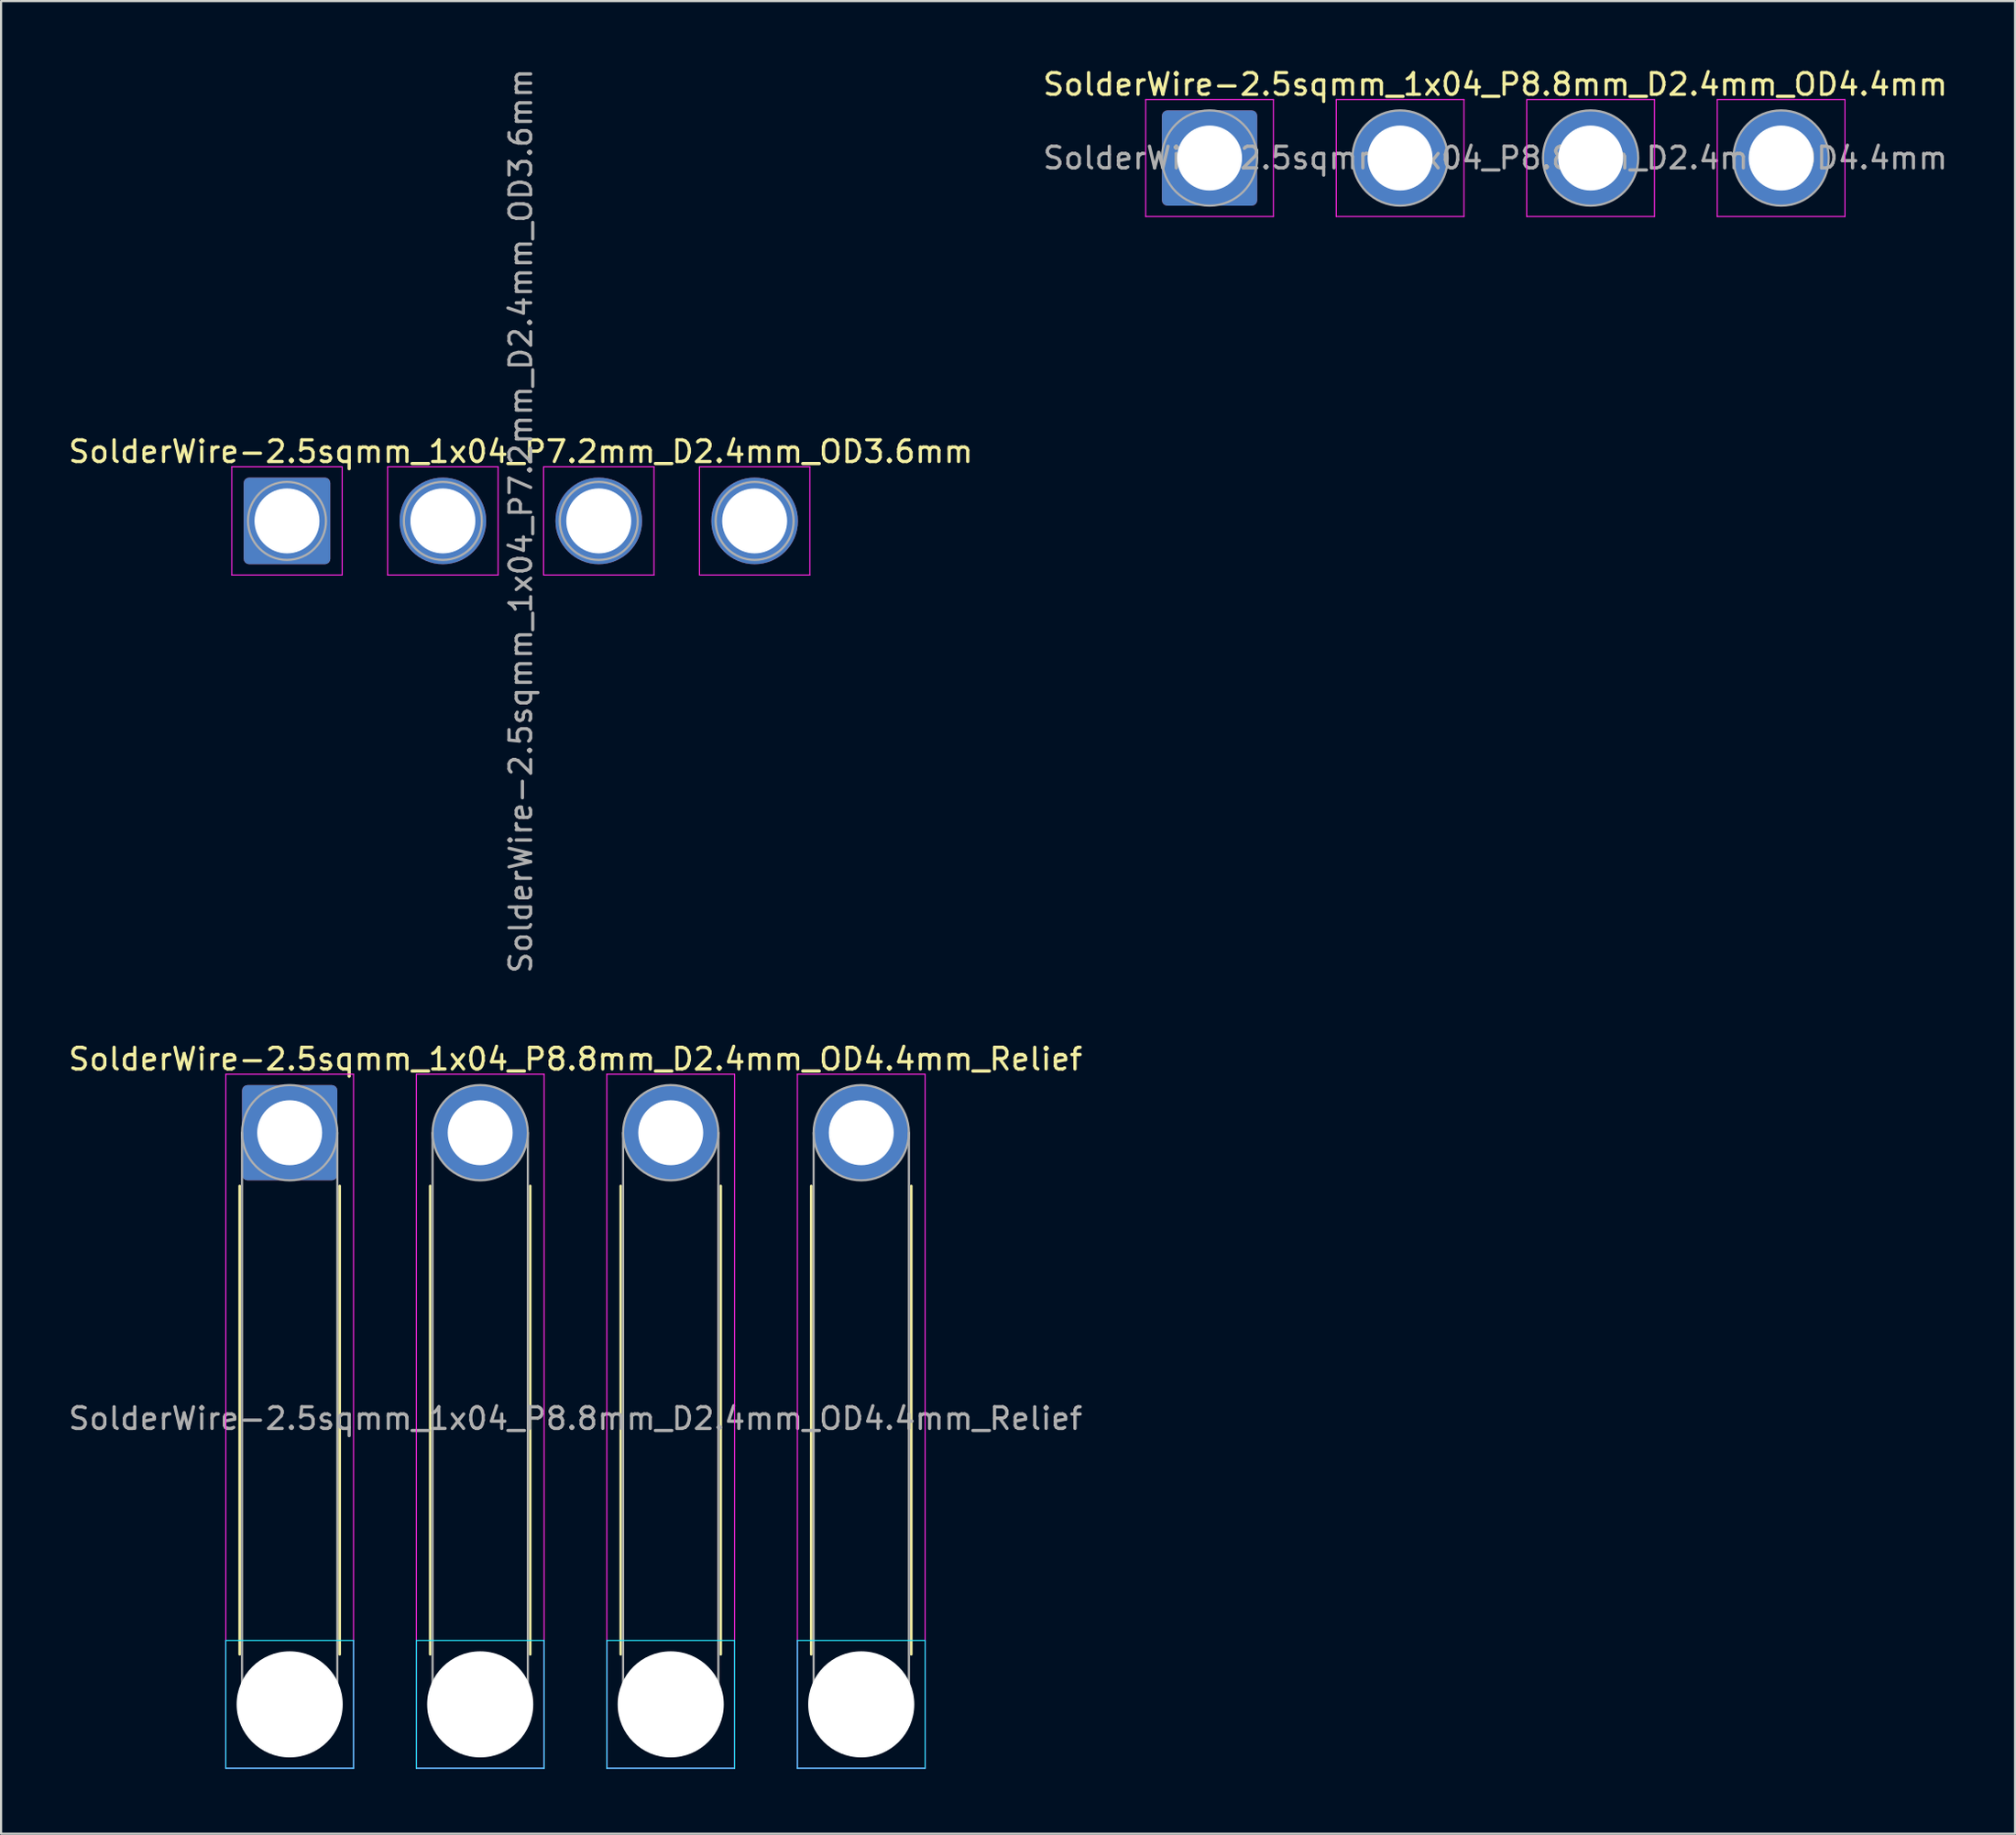
<source format=kicad_pcb>
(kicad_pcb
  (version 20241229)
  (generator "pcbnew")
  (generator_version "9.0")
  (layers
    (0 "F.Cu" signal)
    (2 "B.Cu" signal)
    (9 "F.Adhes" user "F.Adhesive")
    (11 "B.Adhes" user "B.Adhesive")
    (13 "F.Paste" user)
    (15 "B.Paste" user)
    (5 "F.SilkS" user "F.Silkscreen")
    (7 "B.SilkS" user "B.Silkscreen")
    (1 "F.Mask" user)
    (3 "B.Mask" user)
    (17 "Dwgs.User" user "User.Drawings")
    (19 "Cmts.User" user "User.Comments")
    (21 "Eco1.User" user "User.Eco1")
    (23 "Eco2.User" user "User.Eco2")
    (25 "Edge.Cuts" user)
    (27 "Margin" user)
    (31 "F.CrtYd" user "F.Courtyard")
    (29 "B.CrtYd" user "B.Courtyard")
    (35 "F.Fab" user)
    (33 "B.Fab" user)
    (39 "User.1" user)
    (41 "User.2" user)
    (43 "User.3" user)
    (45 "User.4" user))
  (footprint "SolderWire-2.5sqmm_1x04_P7.2mm_D2.4mm_OD3.6mm"
    (layer "F.Cu")
    (at 10.206 21.006)
    (property "Reference" "SolderWire-2.5sqmm_1x04_P7.2mm_D2.4mm_OD3.6mm" (at 10.8 -3.2 0) (layer "F.SilkS") (effects (font (size 1 1) (thickness 0.15))))
    (attr exclude_from_pos_files exclude_from_bom)
    (fp_line (start -2.55 -2.5) (end -2.55 2.5) (stroke (width 0.05) (type solid)) (layer "F.CrtYd"))
    (fp_line (start -2.55 2.5) (end 2.55 2.5) (stroke (width 0.05) (type solid)) (layer "F.CrtYd"))
    (fp_line (start 2.55 -2.5) (end -2.55 -2.5) (stroke (width 0.05) (type solid)) (layer "F.CrtYd"))
    (fp_line (start 2.55 2.5) (end 2.55 -2.5) (stroke (width 0.05) (type solid)) (layer "F.CrtYd"))
    (fp_line (start 4.65 -2.5) (end 4.65 2.5) (stroke (width 0.05) (type solid)) (layer "F.CrtYd"))
    (fp_line (start 4.65 2.5) (end 9.75 2.5) (stroke (width 0.05) (type solid)) (layer "F.CrtYd"))
    (fp_line (start 9.75 -2.5) (end 4.65 -2.5) (stroke (width 0.05) (type solid)) (layer "F.CrtYd"))
    (fp_line (start 9.75 2.5) (end 9.75 -2.5) (stroke (width 0.05) (type solid)) (layer "F.CrtYd"))
    (fp_line (start 11.85 -2.5) (end 11.85 2.5) (stroke (width 0.05) (type solid)) (layer "F.CrtYd"))
    (fp_line (start 11.85 2.5) (end 16.95 2.5) (stroke (width 0.05) (type solid)) (layer "F.CrtYd"))
    (fp_line (start 16.95 -2.5) (end 11.85 -2.5) (stroke (width 0.05) (type solid)) (layer "F.CrtYd"))
    (fp_line (start 16.95 2.5) (end 16.95 -2.5) (stroke (width 0.05) (type solid)) (layer "F.CrtYd"))
    (fp_line (start 19.05 -2.5) (end 19.05 2.5) (stroke (width 0.05) (type solid)) (layer "F.CrtYd"))
    (fp_line (start 19.05 2.5) (end 24.15 2.5) (stroke (width 0.05) (type solid)) (layer "F.CrtYd"))
    (fp_line (start 24.15 -2.5) (end 19.05 -2.5) (stroke (width 0.05) (type solid)) (layer "F.CrtYd"))
    (fp_line (start 24.15 2.5) (end 24.15 -2.5) (stroke (width 0.05) (type solid)) (layer "F.CrtYd"))
    (fp_circle (center 0 0) (end 1.8 0) (stroke (width 0.1) (type solid)) (fill no) (layer "F.Fab"))
    (fp_circle (center 7.2 0) (end 9 0) (stroke (width 0.1) (type solid)) (fill no) (layer "F.Fab"))
    (fp_circle (center 14.4 0) (end 16.2 0) (stroke (width 0.1) (type solid)) (fill no) (layer "F.Fab"))
    (fp_circle (center 21.6 0) (end 23.4 0) (stroke (width 0.1) (type solid)) (fill no) (layer "F.Fab"))
    (fp_text user "${REFERENCE}" (at 10.8 0 90) (layer "F.Fab") (effects (font (size 1 1) (thickness 0.15))))
    (pad "1" thru_hole roundrect (at 0 0) (size 4 4) (drill 3) (layers "*.Cu" "*.Mask") (roundrect_rratio 0.062))
    (pad "2" thru_hole circle (at 7.2 0) (size 4 4) (drill 3) (layers "*.Cu" "*.Mask"))
    (pad "3" thru_hole circle (at 14.4 0) (size 4 4) (drill 3) (layers "*.Cu" "*.Mask"))
    (pad "4" thru_hole circle (at 21.6 0) (size 4 4) (drill 3) (layers "*.Cu" "*.Mask")))
  (footprint "SolderWire-2.5sqmm_1x04_P8.8mm_D2.4mm_OD4.4mm"
    (layer "F.Cu")
    (at 52.818 4.248)
    (property "Reference" "SolderWire-2.5sqmm_1x04_P8.8mm_D2.4mm_OD4.4mm" (at 13.2 -3.4 0) (layer "F.SilkS") (effects (font (size 1 1) (thickness 0.15))))
    (attr exclude_from_pos_files exclude_from_bom)
    (fp_line (start -2.95 -2.7) (end -2.95 2.7) (stroke (width 0.05) (type solid)) (layer "F.CrtYd"))
    (fp_line (start -2.95 2.7) (end 2.95 2.7) (stroke (width 0.05) (type solid)) (layer "F.CrtYd"))
    (fp_line (start 2.95 -2.7) (end -2.95 -2.7) (stroke (width 0.05) (type solid)) (layer "F.CrtYd"))
    (fp_line (start 2.95 2.7) (end 2.95 -2.7) (stroke (width 0.05) (type solid)) (layer "F.CrtYd"))
    (fp_line (start 5.85 -2.7) (end 5.85 2.7) (stroke (width 0.05) (type solid)) (layer "F.CrtYd"))
    (fp_line (start 5.85 2.7) (end 11.75 2.7) (stroke (width 0.05) (type solid)) (layer "F.CrtYd"))
    (fp_line (start 11.75 -2.7) (end 5.85 -2.7) (stroke (width 0.05) (type solid)) (layer "F.CrtYd"))
    (fp_line (start 11.75 2.7) (end 11.75 -2.7) (stroke (width 0.05) (type solid)) (layer "F.CrtYd"))
    (fp_line (start 14.65 -2.7) (end 14.65 2.7) (stroke (width 0.05) (type solid)) (layer "F.CrtYd"))
    (fp_line (start 14.65 2.7) (end 20.55 2.7) (stroke (width 0.05) (type solid)) (layer "F.CrtYd"))
    (fp_line (start 20.55 -2.7) (end 14.65 -2.7) (stroke (width 0.05) (type solid)) (layer "F.CrtYd"))
    (fp_line (start 20.55 2.7) (end 20.55 -2.7) (stroke (width 0.05) (type solid)) (layer "F.CrtYd"))
    (fp_line (start 23.45 -2.7) (end 23.45 2.7) (stroke (width 0.05) (type solid)) (layer "F.CrtYd"))
    (fp_line (start 23.45 2.7) (end 29.35 2.7) (stroke (width 0.05) (type solid)) (layer "F.CrtYd"))
    (fp_line (start 29.35 -2.7) (end 23.45 -2.7) (stroke (width 0.05) (type solid)) (layer "F.CrtYd"))
    (fp_line (start 29.35 2.7) (end 29.35 -2.7) (stroke (width 0.05) (type solid)) (layer "F.CrtYd"))
    (fp_circle (center 0 0) (end 2.2 0) (stroke (width 0.1) (type solid)) (fill no) (layer "F.Fab"))
    (fp_circle (center 8.8 0) (end 11 0) (stroke (width 0.1) (type solid)) (fill no) (layer "F.Fab"))
    (fp_circle (center 17.6 0) (end 19.8 0) (stroke (width 0.1) (type solid)) (fill no) (layer "F.Fab"))
    (fp_circle (center 26.4 0) (end 28.6 0) (stroke (width 0.1) (type solid)) (fill no) (layer "F.Fab"))
    (fp_text user "${REFERENCE}" (at 13.2 0 0) (layer "F.Fab") (effects (font (size 1 1) (thickness 0.15))))
    (pad "1" thru_hole roundrect (at 0 0) (size 4.4 4.4) (drill 3) (layers "*.Cu" "*.Mask") (roundrect_rratio 0.057))
    (pad "2" thru_hole circle (at 8.8 0) (size 4.4 4.4) (drill 3) (layers "*.Cu" "*.Mask"))
    (pad "3" thru_hole circle (at 17.6 0) (size 4.4 4.4) (drill 3) (layers "*.Cu" "*.Mask"))
    (pad "4" thru_hole circle (at 26.4 0) (size 4.4 4.4) (drill 3) (layers "*.Cu" "*.Mask")))
  (footprint "SolderWire-2.5sqmm_1x04_P8.8mm_D2.4mm_OD4.4mm_Relief"
    (layer "F.Cu")
    (at 10.33 49.26)
    (property "Reference" "SolderWire-2.5sqmm_1x04_P8.8mm_D2.4mm_OD4.4mm_Relief" (at 13.2 -3.4 0) (layer "F.SilkS") (effects (font (size 1 1) (thickness 0.15))))
    (attr exclude_from_pos_files exclude_from_bom)
    (fp_line (start -2.31 2.46) (end -2.31 24.09) (stroke (width 0.12) (type solid)) (layer "F.SilkS"))
    (fp_line (start 2.31 2.46) (end 2.31 24.09) (stroke (width 0.12) (type solid)) (layer "F.SilkS"))
    (fp_line (start 6.49 2.46) (end 6.49 24.09) (stroke (width 0.12) (type solid)) (layer "F.SilkS"))
    (fp_line (start 11.11 2.46) (end 11.11 24.09) (stroke (width 0.12) (type solid)) (layer "F.SilkS"))
    (fp_line (start 15.29 2.46) (end 15.29 24.09) (stroke (width 0.12) (type solid)) (layer "F.SilkS"))
    (fp_line (start 19.91 2.46) (end 19.91 24.09) (stroke (width 0.12) (type solid)) (layer "F.SilkS"))
    (fp_line (start 24.09 2.46) (end 24.09 24.09) (stroke (width 0.12) (type solid)) (layer "F.SilkS"))
    (fp_line (start 28.71 2.46) (end 28.71 24.09) (stroke (width 0.12) (type solid)) (layer "F.SilkS"))
    (fp_line (start -2.95 23.45) (end -2.95 29.35) (stroke (width 0.05) (type solid)) (layer "B.CrtYd"))
    (fp_line (start -2.95 29.35) (end 2.95 29.35) (stroke (width 0.05) (type solid)) (layer "B.CrtYd"))
    (fp_line (start 2.95 23.45) (end -2.95 23.45) (stroke (width 0.05) (type solid)) (layer "B.CrtYd"))
    (fp_line (start 2.95 29.35) (end 2.95 23.45) (stroke (width 0.05) (type solid)) (layer "B.CrtYd"))
    (fp_line (start 5.85 23.45) (end 5.85 29.35) (stroke (width 0.05) (type solid)) (layer "B.CrtYd"))
    (fp_line (start 5.85 29.35) (end 11.75 29.35) (stroke (width 0.05) (type solid)) (layer "B.CrtYd"))
    (fp_line (start 11.75 23.45) (end 5.85 23.45) (stroke (width 0.05) (type solid)) (layer "B.CrtYd"))
    (fp_line (start 11.75 29.35) (end 11.75 23.45) (stroke (width 0.05) (type solid)) (layer "B.CrtYd"))
    (fp_line (start 14.65 23.45) (end 14.65 29.35) (stroke (width 0.05) (type solid)) (layer "B.CrtYd"))
    (fp_line (start 14.65 29.35) (end 20.55 29.35) (stroke (width 0.05) (type solid)) (layer "B.CrtYd"))
    (fp_line (start 20.55 23.45) (end 14.65 23.45) (stroke (width 0.05) (type solid)) (layer "B.CrtYd"))
    (fp_line (start 20.55 29.35) (end 20.55 23.45) (stroke (width 0.05) (type solid)) (layer "B.CrtYd"))
    (fp_line (start 23.45 23.45) (end 23.45 29.35) (stroke (width 0.05) (type solid)) (layer "B.CrtYd"))
    (fp_line (start 23.45 29.35) (end 29.35 29.35) (stroke (width 0.05) (type solid)) (layer "B.CrtYd"))
    (fp_line (start 29.35 23.45) (end 23.45 23.45) (stroke (width 0.05) (type solid)) (layer "B.CrtYd"))
    (fp_line (start 29.35 29.35) (end 29.35 23.45) (stroke (width 0.05) (type solid)) (layer "B.CrtYd"))
    (fp_line (start -2.95 -2.7) (end -2.95 29.35) (stroke (width 0.05) (type solid)) (layer "F.CrtYd"))
    (fp_line (start -2.95 29.35) (end 2.95 29.35) (stroke (width 0.05) (type solid)) (layer "F.CrtYd"))
    (fp_line (start 2.95 -2.7) (end -2.95 -2.7) (stroke (width 0.05) (type solid)) (layer "F.CrtYd"))
    (fp_line (start 2.95 29.35) (end 2.95 -2.7) (stroke (width 0.05) (type solid)) (layer "F.CrtYd"))
    (fp_line (start 5.85 -2.7) (end 5.85 29.35) (stroke (width 0.05) (type solid)) (layer "F.CrtYd"))
    (fp_line (start 5.85 29.35) (end 11.75 29.35) (stroke (width 0.05) (type solid)) (layer "F.CrtYd"))
    (fp_line (start 11.75 -2.7) (end 5.85 -2.7) (stroke (width 0.05) (type solid)) (layer "F.CrtYd"))
    (fp_line (start 11.75 29.35) (end 11.75 -2.7) (stroke (width 0.05) (type solid)) (layer "F.CrtYd"))
    (fp_line (start 14.65 -2.7) (end 14.65 29.35) (stroke (width 0.05) (type solid)) (layer "F.CrtYd"))
    (fp_line (start 14.65 29.35) (end 20.55 29.35) (stroke (width 0.05) (type solid)) (layer "F.CrtYd"))
    (fp_line (start 20.55 -2.7) (end 14.65 -2.7) (stroke (width 0.05) (type solid)) (layer "F.CrtYd"))
    (fp_line (start 20.55 29.35) (end 20.55 -2.7) (stroke (width 0.05) (type solid)) (layer "F.CrtYd"))
    (fp_line (start 23.45 -2.7) (end 23.45 29.35) (stroke (width 0.05) (type solid)) (layer "F.CrtYd"))
    (fp_line (start 23.45 29.35) (end 29.35 29.35) (stroke (width 0.05) (type solid)) (layer "F.CrtYd"))
    (fp_line (start 29.35 -2.7) (end 23.45 -2.7) (stroke (width 0.05) (type solid)) (layer "F.CrtYd"))
    (fp_line (start 29.35 29.35) (end 29.35 -2.7) (stroke (width 0.05) (type solid)) (layer "F.CrtYd"))
    (fp_line (start -2.2 0) (end -2.2 26.4) (stroke (width 0.1) (type solid)) (layer "F.Fab"))
    (fp_line (start 2.2 0) (end 2.2 26.4) (stroke (width 0.1) (type solid)) (layer "F.Fab"))
    (fp_line (start 6.6 0) (end 6.6 26.4) (stroke (width 0.1) (type solid)) (layer "F.Fab"))
    (fp_line (start 11 0) (end 11 26.4) (stroke (width 0.1) (type solid)) (layer "F.Fab"))
    (fp_line (start 15.4 0) (end 15.4 26.4) (stroke (width 0.1) (type solid)) (layer "F.Fab"))
    (fp_line (start 19.8 0) (end 19.8 26.4) (stroke (width 0.1) (type solid)) (layer "F.Fab"))
    (fp_line (start 24.2 0) (end 24.2 26.4) (stroke (width 0.1) (type solid)) (layer "F.Fab"))
    (fp_line (start 28.6 0) (end 28.6 26.4) (stroke (width 0.1) (type solid)) (layer "F.Fab"))
    (fp_circle (center 0 0) (end 2.2 0) (stroke (width 0.1) (type solid)) (fill no) (layer "F.Fab"))
    (fp_circle (center 0 26.4) (end 2.2 26.4) (stroke (width 0.1) (type solid)) (fill no) (layer "F.Fab"))
    (fp_circle (center 8.8 0) (end 11 0) (stroke (width 0.1) (type solid)) (fill no) (layer "F.Fab"))
    (fp_circle (center 8.8 26.4) (end 11 26.4) (stroke (width 0.1) (type solid)) (fill no) (layer "F.Fab"))
    (fp_circle (center 17.6 0) (end 19.8 0) (stroke (width 0.1) (type solid)) (fill no) (layer "F.Fab"))
    (fp_circle (center 17.6 26.4) (end 19.8 26.4) (stroke (width 0.1) (type solid)) (fill no) (layer "F.Fab"))
    (fp_circle (center 26.4 0) (end 28.6 0) (stroke (width 0.1) (type solid)) (fill no) (layer "F.Fab"))
    (fp_circle (center 26.4 26.4) (end 28.6 26.4) (stroke (width 0.1) (type solid)) (fill no) (layer "F.Fab"))
    (fp_text user "${REFERENCE}" (at 13.2 13.2 0) (layer "F.Fab") (effects (font (size 1 1) (thickness 0.15))))
    (pad "" np_thru_hole circle (at 0 26.4) (size 4.9 4.9) (drill 4.9) (layers "*.Cu" "*.Mask"))
    (pad "" np_thru_hole circle (at 8.8 26.4) (size 4.9 4.9) (drill 4.9) (layers "*.Cu" "*.Mask"))
    (pad "" np_thru_hole circle (at 17.6 26.4) (size 4.9 4.9) (drill 4.9) (layers "*.Cu" "*.Mask"))
    (pad "" np_thru_hole circle (at 26.4 26.4) (size 4.9 4.9) (drill 4.9) (layers "*.Cu" "*.Mask"))
    (pad "1" thru_hole roundrect (at 0 0) (size 4.4 4.4) (drill 3) (layers "*.Cu" "*.Mask") (roundrect_rratio 0.057))
    (pad "2" thru_hole circle (at 8.8 0) (size 4.4 4.4) (drill 3) (layers "*.Cu" "*.Mask"))
    (pad "3" thru_hole circle (at 17.6 0) (size 4.4 4.4) (drill 3) (layers "*.Cu" "*.Mask"))
    (pad "4" thru_hole circle (at 26.4 0) (size 4.4 4.4) (drill 3) (layers "*.Cu" "*.Mask")))
  (gr_rect
    (start -3 -3)
    (end 90.024 81.635)
    (stroke (width 0.1) (type default))
    (fill no)
    (layer "Edge.Cuts")))
</source>
